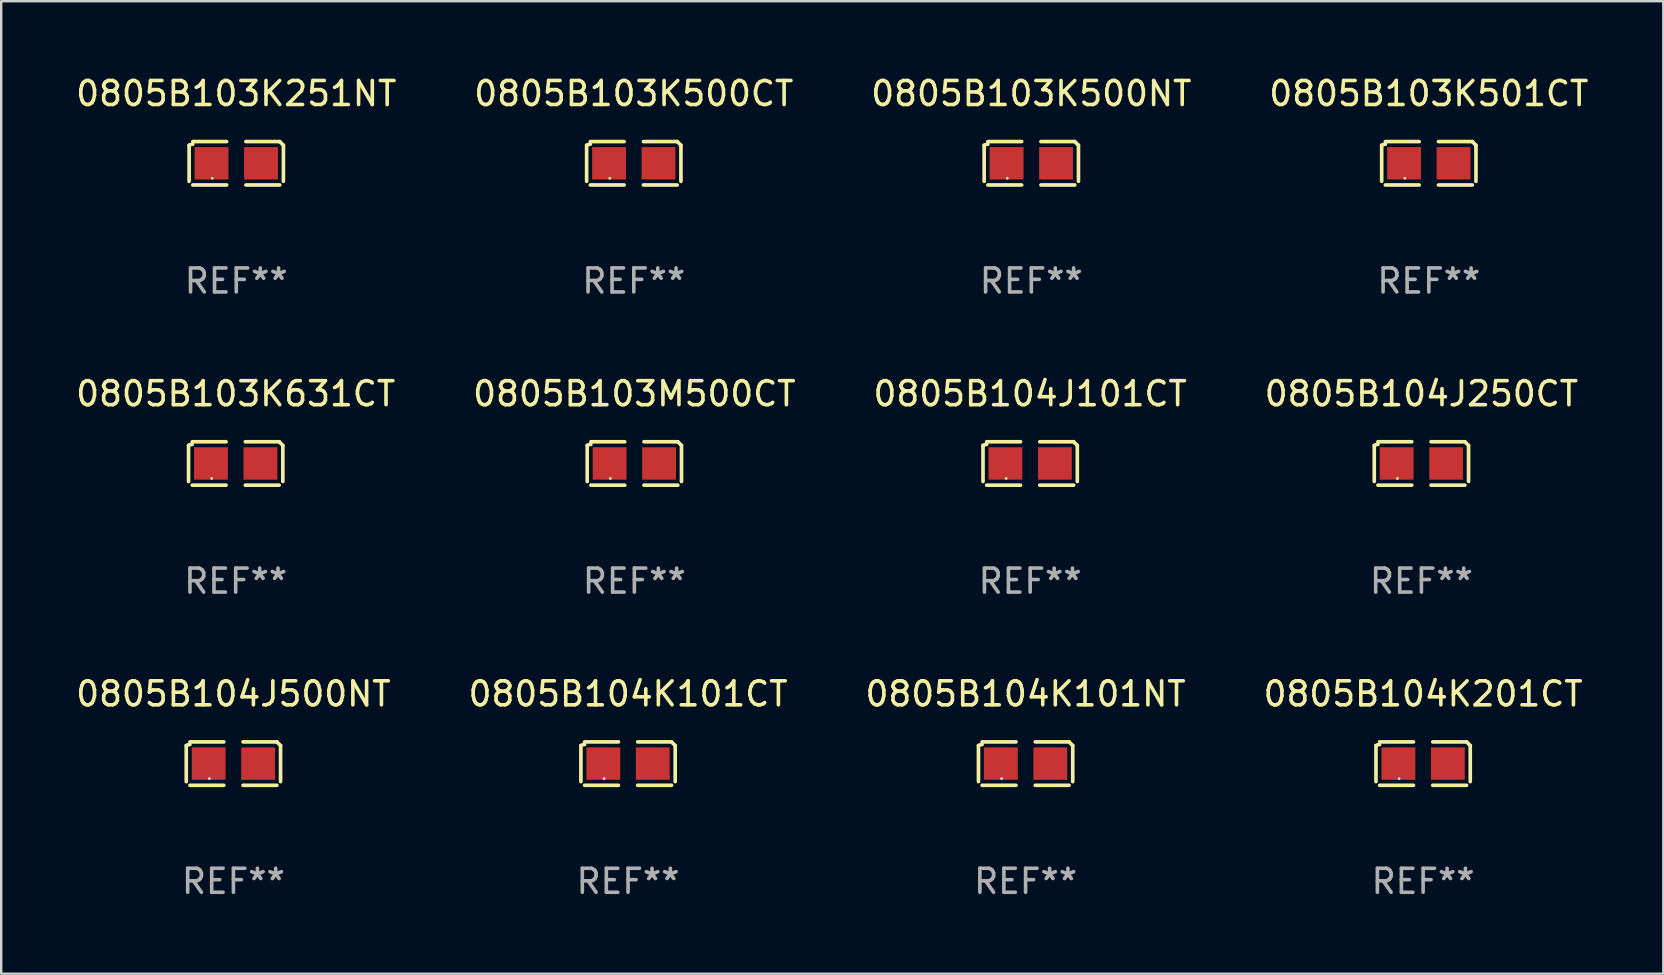
<source format=kicad_pcb>
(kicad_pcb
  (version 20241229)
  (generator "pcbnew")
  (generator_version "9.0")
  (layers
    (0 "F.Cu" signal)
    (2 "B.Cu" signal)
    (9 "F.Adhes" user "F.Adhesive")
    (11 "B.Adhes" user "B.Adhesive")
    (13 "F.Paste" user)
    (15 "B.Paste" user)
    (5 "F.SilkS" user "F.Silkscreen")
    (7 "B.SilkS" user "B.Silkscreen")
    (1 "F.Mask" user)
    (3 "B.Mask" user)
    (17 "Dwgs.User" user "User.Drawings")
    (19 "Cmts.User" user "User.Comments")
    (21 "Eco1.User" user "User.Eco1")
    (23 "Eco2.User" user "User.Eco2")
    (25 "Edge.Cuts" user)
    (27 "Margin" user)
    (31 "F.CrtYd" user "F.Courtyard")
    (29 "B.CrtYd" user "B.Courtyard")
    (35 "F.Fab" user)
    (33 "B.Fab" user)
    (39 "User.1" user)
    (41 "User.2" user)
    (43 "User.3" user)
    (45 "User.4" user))
  (footprint "0805B103K501CT"
    (layer "F.Cu")
    (at 56.47 3.752)
    (property "Reference" "0805B103K501CT" (at 0 -2.904 0) (layer "F.SilkS") (effects (font (size 1 1) (thickness 0.15))))
    (attr through_hole)
    (fp_line (start -1.964 0.751) (end -1.964 -0.751) (stroke (width 0.152) (type solid)) (layer "F.SilkS"))
    (fp_line (start -1.811 -0.904) (end -0.401 -0.904) (stroke (width 0.152) (type solid)) (layer "F.SilkS"))
    (fp_line (start -0.401 0.904) (end -1.811 0.904) (stroke (width 0.152) (type solid)) (layer "F.SilkS"))
    (fp_line (start 0.401 0.904) (end 1.811 0.904) (stroke (width 0.152) (type solid)) (layer "F.SilkS"))
    (fp_line (start 1.811 -0.904) (end 0.401 -0.904) (stroke (width 0.152) (type solid)) (layer "F.SilkS"))
    (fp_line (start 1.964 0.751) (end 1.964 -0.751) (stroke (width 0.152) (type solid)) (layer "F.SilkS"))
    (fp_arc (start -1.963602 -0.751207) (mid -1.890354 -0.783131) (end -1.811201 -0.794044) (stroke (width 0.1524) (type solid)) (layer "F.SilkS"))
    (fp_arc (start 1.811202 -0.903607) (mid 1.887413 -0.827418) (end 1.963602 -0.751207) (stroke (width 0.1524) (type solid)) (layer "F.SilkS"))
    (fp_circle (center -1 0.625) (end -0.97 0.625) (stroke (width 0.06) (type solid)) (fill no) (layer "F.SilkS"))
    (fp_text user "REF**" (at 0 4.904 0) (layer "F.Fab") (effects (font (size 1 1) (thickness 0.15))))
    (pad "1" smd rect (at -1.03 0) (size 1.41 1.35) (layers "F.Cu" "F.Mask" "F.Paste"))
    (pad "2" smd rect (at 1.03 0) (size 1.41 1.35) (layers "F.Cu" "F.Mask" "F.Paste")))
  (footprint "0805B103K251NT"
    (layer "F.Cu")
    (at 6.792 3.752)
    (property "Reference" "0805B103K251NT" (at 0 -2.904 0) (layer "F.SilkS") (effects (font (size 1 1) (thickness 0.15))))
    (attr through_hole)
    (fp_line (start -1.964 0.751) (end -1.964 -0.751) (stroke (width 0.152) (type solid)) (layer "F.SilkS"))
    (fp_line (start -1.811 -0.904) (end -0.401 -0.904) (stroke (width 0.152) (type solid)) (layer "F.SilkS"))
    (fp_line (start -0.401 0.904) (end -1.811 0.904) (stroke (width 0.152) (type solid)) (layer "F.SilkS"))
    (fp_line (start 0.401 0.904) (end 1.811 0.904) (stroke (width 0.152) (type solid)) (layer "F.SilkS"))
    (fp_line (start 1.811 -0.904) (end 0.401 -0.904) (stroke (width 0.152) (type solid)) (layer "F.SilkS"))
    (fp_line (start 1.964 0.751) (end 1.964 -0.751) (stroke (width 0.152) (type solid)) (layer "F.SilkS"))
    (fp_arc (start -1.963602 -0.751207) (mid -1.890354 -0.783131) (end -1.811201 -0.794044) (stroke (width 0.1524) (type solid)) (layer "F.SilkS"))
    (fp_arc (start 1.811202 -0.903607) (mid 1.887413 -0.827418) (end 1.963602 -0.751207) (stroke (width 0.1524) (type solid)) (layer "F.SilkS"))
    (fp_circle (center -1 0.625) (end -0.97 0.625) (stroke (width 0.06) (type solid)) (fill no) (layer "F.SilkS"))
    (fp_text user "REF**" (at 0 4.904 0) (layer "F.Fab") (effects (font (size 1 1) (thickness 0.15))))
    (pad "1" smd rect (at -1.03 0) (size 1.41 1.35) (layers "F.Cu" "F.Mask" "F.Paste"))
    (pad "2" smd rect (at 1.03 0) (size 1.41 1.35) (layers "F.Cu" "F.Mask" "F.Paste")))
  (footprint "0805B104J500NT"
    (layer "F.Cu")
    (at 6.673 28.759)
    (property "Reference" "0805B104J500NT" (at 0 -2.904 0) (layer "F.SilkS") (effects (font (size 1 1) (thickness 0.15))))
    (attr through_hole)
    (fp_line (start -1.964 0.751) (end -1.964 -0.751) (stroke (width 0.152) (type solid)) (layer "F.SilkS"))
    (fp_line (start -1.811 -0.904) (end -0.401 -0.904) (stroke (width 0.152) (type solid)) (layer "F.SilkS"))
    (fp_line (start -0.401 0.904) (end -1.811 0.904) (stroke (width 0.152) (type solid)) (layer "F.SilkS"))
    (fp_line (start 0.401 0.904) (end 1.811 0.904) (stroke (width 0.152) (type solid)) (layer "F.SilkS"))
    (fp_line (start 1.811 -0.904) (end 0.401 -0.904) (stroke (width 0.152) (type solid)) (layer "F.SilkS"))
    (fp_line (start 1.964 0.751) (end 1.964 -0.751) (stroke (width 0.152) (type solid)) (layer "F.SilkS"))
    (fp_arc (start -1.963602 -0.751207) (mid -1.890354 -0.783131) (end -1.811201 -0.794044) (stroke (width 0.1524) (type solid)) (layer "F.SilkS"))
    (fp_arc (start 1.811202 -0.903607) (mid 1.887413 -0.827418) (end 1.963602 -0.751207) (stroke (width 0.1524) (type solid)) (layer "F.SilkS"))
    (fp_circle (center -1 0.625) (end -0.97 0.625) (stroke (width 0.06) (type solid)) (fill no) (layer "F.SilkS"))
    (fp_text user "REF**" (at 0 4.904 0) (layer "F.Fab") (effects (font (size 1 1) (thickness 0.15))))
    (pad "1" smd rect (at -1.03 0) (size 1.41 1.35) (layers "F.Cu" "F.Mask" "F.Paste"))
    (pad "2" smd rect (at 1.03 0) (size 1.41 1.35) (layers "F.Cu" "F.Mask" "F.Paste")))
  (footprint "0805B104K101NT"
    (layer "F.Cu")
    (at 39.673 28.759)
    (property "Reference" "0805B104K101NT" (at 0 -2.904 0) (layer "F.SilkS") (effects (font (size 1 1) (thickness 0.15))))
    (attr through_hole)
    (fp_line (start -1.964 0.751) (end -1.964 -0.751) (stroke (width 0.152) (type solid)) (layer "F.SilkS"))
    (fp_line (start -1.811 -0.904) (end -0.401 -0.904) (stroke (width 0.152) (type solid)) (layer "F.SilkS"))
    (fp_line (start -0.401 0.904) (end -1.811 0.904) (stroke (width 0.152) (type solid)) (layer "F.SilkS"))
    (fp_line (start 0.401 0.904) (end 1.811 0.904) (stroke (width 0.152) (type solid)) (layer "F.SilkS"))
    (fp_line (start 1.811 -0.904) (end 0.401 -0.904) (stroke (width 0.152) (type solid)) (layer "F.SilkS"))
    (fp_line (start 1.964 0.751) (end 1.964 -0.751) (stroke (width 0.152) (type solid)) (layer "F.SilkS"))
    (fp_arc (start -1.963602 -0.751207) (mid -1.890354 -0.783131) (end -1.811201 -0.794044) (stroke (width 0.1524) (type solid)) (layer "F.SilkS"))
    (fp_arc (start 1.811202 -0.903607) (mid 1.887413 -0.827418) (end 1.963602 -0.751207) (stroke (width 0.1524) (type solid)) (layer "F.SilkS"))
    (fp_circle (center -1 0.625) (end -0.97 0.625) (stroke (width 0.06) (type solid)) (fill no) (layer "F.SilkS"))
    (fp_text user "REF**" (at 0 4.904 0) (layer "F.Fab") (effects (font (size 1 1) (thickness 0.15))))
    (pad "1" smd rect (at -1.03 0) (size 1.41 1.35) (layers "F.Cu" "F.Mask" "F.Paste"))
    (pad "2" smd rect (at 1.03 0) (size 1.41 1.35) (layers "F.Cu" "F.Mask" "F.Paste")))
  (footprint "0805B104J250CT"
    (layer "F.Cu")
    (at 56.161 16.256)
    (property "Reference" "0805B104J250CT" (at 0 -2.904 0) (layer "F.SilkS") (effects (font (size 1 1) (thickness 0.15))))
    (attr through_hole)
    (fp_line (start -1.964 0.751) (end -1.964 -0.751) (stroke (width 0.152) (type solid)) (layer "F.SilkS"))
    (fp_line (start -1.811 -0.904) (end -0.401 -0.904) (stroke (width 0.152) (type solid)) (layer "F.SilkS"))
    (fp_line (start -0.401 0.904) (end -1.811 0.904) (stroke (width 0.152) (type solid)) (layer "F.SilkS"))
    (fp_line (start 0.401 0.904) (end 1.811 0.904) (stroke (width 0.152) (type solid)) (layer "F.SilkS"))
    (fp_line (start 1.811 -0.904) (end 0.401 -0.904) (stroke (width 0.152) (type solid)) (layer "F.SilkS"))
    (fp_line (start 1.964 0.751) (end 1.964 -0.751) (stroke (width 0.152) (type solid)) (layer "F.SilkS"))
    (fp_arc (start -1.963602 -0.751207) (mid -1.890354 -0.783131) (end -1.811201 -0.794044) (stroke (width 0.1524) (type solid)) (layer "F.SilkS"))
    (fp_arc (start 1.811202 -0.903607) (mid 1.887413 -0.827418) (end 1.963602 -0.751207) (stroke (width 0.1524) (type solid)) (layer "F.SilkS"))
    (fp_circle (center -1 0.625) (end -0.97 0.625) (stroke (width 0.06) (type solid)) (fill no) (layer "F.SilkS"))
    (fp_text user "REF**" (at 0 4.904 0) (layer "F.Fab") (effects (font (size 1 1) (thickness 0.15))))
    (pad "1" smd rect (at -1.03 0) (size 1.41 1.35) (layers "F.Cu" "F.Mask" "F.Paste"))
    (pad "2" smd rect (at 1.03 0) (size 1.41 1.35) (layers "F.Cu" "F.Mask" "F.Paste")))
  (footprint "0805B104J101CT"
    (layer "F.Cu")
    (at 39.863 16.256)
    (property "Reference" "0805B104J101CT" (at 0 -2.904 0) (layer "F.SilkS") (effects (font (size 1 1) (thickness 0.15))))
    (attr through_hole)
    (fp_line (start -1.964 0.751) (end -1.964 -0.751) (stroke (width 0.152) (type solid)) (layer "F.SilkS"))
    (fp_line (start -1.811 -0.904) (end -0.401 -0.904) (stroke (width 0.152) (type solid)) (layer "F.SilkS"))
    (fp_line (start -0.401 0.904) (end -1.811 0.904) (stroke (width 0.152) (type solid)) (layer "F.SilkS"))
    (fp_line (start 0.401 0.904) (end 1.811 0.904) (stroke (width 0.152) (type solid)) (layer "F.SilkS"))
    (fp_line (start 1.811 -0.904) (end 0.401 -0.904) (stroke (width 0.152) (type solid)) (layer "F.SilkS"))
    (fp_line (start 1.964 0.751) (end 1.964 -0.751) (stroke (width 0.152) (type solid)) (layer "F.SilkS"))
    (fp_arc (start -1.963602 -0.751207) (mid -1.890354 -0.783131) (end -1.811201 -0.794044) (stroke (width 0.1524) (type solid)) (layer "F.SilkS"))
    (fp_arc (start 1.811202 -0.903607) (mid 1.887413 -0.827418) (end 1.963602 -0.751207) (stroke (width 0.1524) (type solid)) (layer "F.SilkS"))
    (fp_circle (center -1 0.625) (end -0.97 0.625) (stroke (width 0.06) (type solid)) (fill no) (layer "F.SilkS"))
    (fp_text user "REF**" (at 0 4.904 0) (layer "F.Fab") (effects (font (size 1 1) (thickness 0.15))))
    (pad "1" smd rect (at -1.03 0) (size 1.41 1.35) (layers "F.Cu" "F.Mask" "F.Paste"))
    (pad "2" smd rect (at 1.03 0) (size 1.41 1.35) (layers "F.Cu" "F.Mask" "F.Paste")))
  (footprint "0805B103M500CT"
    (layer "F.Cu")
    (at 23.375 16.256)
    (property "Reference" "0805B103M500CT" (at 0 -2.904 0) (layer "F.SilkS") (effects (font (size 1 1) (thickness 0.15))))
    (attr through_hole)
    (fp_line (start -1.964 0.751) (end -1.964 -0.751) (stroke (width 0.152) (type solid)) (layer "F.SilkS"))
    (fp_line (start -1.811 -0.904) (end -0.401 -0.904) (stroke (width 0.152) (type solid)) (layer "F.SilkS"))
    (fp_line (start -0.401 0.904) (end -1.811 0.904) (stroke (width 0.152) (type solid)) (layer "F.SilkS"))
    (fp_line (start 0.401 0.904) (end 1.811 0.904) (stroke (width 0.152) (type solid)) (layer "F.SilkS"))
    (fp_line (start 1.811 -0.904) (end 0.401 -0.904) (stroke (width 0.152) (type solid)) (layer "F.SilkS"))
    (fp_line (start 1.964 0.751) (end 1.964 -0.751) (stroke (width 0.152) (type solid)) (layer "F.SilkS"))
    (fp_arc (start -1.963602 -0.751207) (mid -1.890354 -0.783131) (end -1.811201 -0.794044) (stroke (width 0.1524) (type solid)) (layer "F.SilkS"))
    (fp_arc (start 1.811202 -0.903607) (mid 1.887413 -0.827418) (end 1.963602 -0.751207) (stroke (width 0.1524) (type solid)) (layer "F.SilkS"))
    (fp_circle (center -1 0.625) (end -0.97 0.625) (stroke (width 0.06) (type solid)) (fill no) (layer "F.SilkS"))
    (fp_text user "REF**" (at 0 4.904 0) (layer "F.Fab") (effects (font (size 1 1) (thickness 0.15))))
    (pad "1" smd rect (at -1.03 0) (size 1.41 1.35) (layers "F.Cu" "F.Mask" "F.Paste"))
    (pad "2" smd rect (at 1.03 0) (size 1.41 1.35) (layers "F.Cu" "F.Mask" "F.Paste")))
  (footprint "0805B103K500CT"
    (layer "F.Cu")
    (at 23.351 3.752)
    (property "Reference" "0805B103K500CT" (at 0 -2.904 0) (layer "F.SilkS") (effects (font (size 1 1) (thickness 0.15))))
    (attr through_hole)
    (fp_line (start -1.964 0.751) (end -1.964 -0.751) (stroke (width 0.152) (type solid)) (layer "F.SilkS"))
    (fp_line (start -1.811 -0.904) (end -0.401 -0.904) (stroke (width 0.152) (type solid)) (layer "F.SilkS"))
    (fp_line (start -0.401 0.904) (end -1.811 0.904) (stroke (width 0.152) (type solid)) (layer "F.SilkS"))
    (fp_line (start 0.401 0.904) (end 1.811 0.904) (stroke (width 0.152) (type solid)) (layer "F.SilkS"))
    (fp_line (start 1.811 -0.904) (end 0.401 -0.904) (stroke (width 0.152) (type solid)) (layer "F.SilkS"))
    (fp_line (start 1.964 0.751) (end 1.964 -0.751) (stroke (width 0.152) (type solid)) (layer "F.SilkS"))
    (fp_arc (start -1.963602 -0.751207) (mid -1.890354 -0.783131) (end -1.811201 -0.794044) (stroke (width 0.1524) (type solid)) (layer "F.SilkS"))
    (fp_arc (start 1.811202 -0.903607) (mid 1.887413 -0.827418) (end 1.963602 -0.751207) (stroke (width 0.1524) (type solid)) (layer "F.SilkS"))
    (fp_circle (center -1 0.625) (end -0.97 0.625) (stroke (width 0.06) (type solid)) (fill no) (layer "F.SilkS"))
    (fp_text user "REF**" (at 0 4.904 0) (layer "F.Fab") (effects (font (size 1 1) (thickness 0.15))))
    (pad "1" smd rect (at -1.03 0) (size 1.41 1.35) (layers "F.Cu" "F.Mask" "F.Paste"))
    (pad "2" smd rect (at 1.03 0) (size 1.41 1.35) (layers "F.Cu" "F.Mask" "F.Paste")))
  (footprint "0805B103K631CT"
    (layer "F.Cu")
    (at 6.768 16.256)
    (property "Reference" "0805B103K631CT" (at 0 -2.904 0) (layer "F.SilkS") (effects (font (size 1 1) (thickness 0.15))))
    (attr through_hole)
    (fp_line (start -1.964 0.751) (end -1.964 -0.751) (stroke (width 0.152) (type solid)) (layer "F.SilkS"))
    (fp_line (start -1.811 -0.904) (end -0.401 -0.904) (stroke (width 0.152) (type solid)) (layer "F.SilkS"))
    (fp_line (start -0.401 0.904) (end -1.811 0.904) (stroke (width 0.152) (type solid)) (layer "F.SilkS"))
    (fp_line (start 0.401 0.904) (end 1.811 0.904) (stroke (width 0.152) (type solid)) (layer "F.SilkS"))
    (fp_line (start 1.811 -0.904) (end 0.401 -0.904) (stroke (width 0.152) (type solid)) (layer "F.SilkS"))
    (fp_line (start 1.964 0.751) (end 1.964 -0.751) (stroke (width 0.152) (type solid)) (layer "F.SilkS"))
    (fp_arc (start -1.963602 -0.751207) (mid -1.890354 -0.783131) (end -1.811201 -0.794044) (stroke (width 0.1524) (type solid)) (layer "F.SilkS"))
    (fp_arc (start 1.811202 -0.903607) (mid 1.887413 -0.827418) (end 1.963602 -0.751207) (stroke (width 0.1524) (type solid)) (layer "F.SilkS"))
    (fp_circle (center -1 0.625) (end -0.97 0.625) (stroke (width 0.06) (type solid)) (fill no) (layer "F.SilkS"))
    (fp_text user "REF**" (at 0 4.904 0) (layer "F.Fab") (effects (font (size 1 1) (thickness 0.15))))
    (pad "1" smd rect (at -1.03 0) (size 1.41 1.35) (layers "F.Cu" "F.Mask" "F.Paste"))
    (pad "2" smd rect (at 1.03 0) (size 1.41 1.35) (layers "F.Cu" "F.Mask" "F.Paste")))
  (footprint "0805B104K101CT"
    (layer "F.Cu")
    (at 23.113 28.759)
    (property "Reference" "0805B104K101CT" (at 0 -2.904 0) (layer "F.SilkS") (effects (font (size 1 1) (thickness 0.15))))
    (attr through_hole)
    (fp_line (start -1.964 0.751) (end -1.964 -0.751) (stroke (width 0.152) (type solid)) (layer "F.SilkS"))
    (fp_line (start -1.811 -0.904) (end -0.401 -0.904) (stroke (width 0.152) (type solid)) (layer "F.SilkS"))
    (fp_line (start -0.401 0.904) (end -1.811 0.904) (stroke (width 0.152) (type solid)) (layer "F.SilkS"))
    (fp_line (start 0.401 0.904) (end 1.811 0.904) (stroke (width 0.152) (type solid)) (layer "F.SilkS"))
    (fp_line (start 1.811 -0.904) (end 0.401 -0.904) (stroke (width 0.152) (type solid)) (layer "F.SilkS"))
    (fp_line (start 1.964 0.751) (end 1.964 -0.751) (stroke (width 0.152) (type solid)) (layer "F.SilkS"))
    (fp_arc (start -1.963602 -0.751207) (mid -1.890354 -0.783131) (end -1.811201 -0.794044) (stroke (width 0.1524) (type solid)) (layer "F.SilkS"))
    (fp_arc (start 1.811202 -0.903607) (mid 1.887413 -0.827418) (end 1.963602 -0.751207) (stroke (width 0.1524) (type solid)) (layer "F.SilkS"))
    (fp_circle (center -1 0.625) (end -0.97 0.625) (stroke (width 0.06) (type solid)) (fill no) (layer "F.SilkS"))
    (fp_text user "REF**" (at 0 4.904 0) (layer "F.Fab") (effects (font (size 1 1) (thickness 0.15))))
    (pad "1" smd rect (at -1.03 0) (size 1.41 1.35) (layers "F.Cu" "F.Mask" "F.Paste"))
    (pad "2" smd rect (at 1.03 0) (size 1.41 1.35) (layers "F.Cu" "F.Mask" "F.Paste")))
  (footprint "0805B103K500NT"
    (layer "F.Cu")
    (at 39.911 3.752)
    (property "Reference" "0805B103K500NT" (at 0 -2.904 0) (layer "F.SilkS") (effects (font (size 1 1) (thickness 0.15))))
    (attr through_hole)
    (fp_line (start -1.964 0.751) (end -1.964 -0.751) (stroke (width 0.152) (type solid)) (layer "F.SilkS"))
    (fp_line (start -1.811 -0.904) (end -0.401 -0.904) (stroke (width 0.152) (type solid)) (layer "F.SilkS"))
    (fp_line (start -0.401 0.904) (end -1.811 0.904) (stroke (width 0.152) (type solid)) (layer "F.SilkS"))
    (fp_line (start 0.401 0.904) (end 1.811 0.904) (stroke (width 0.152) (type solid)) (layer "F.SilkS"))
    (fp_line (start 1.811 -0.904) (end 0.401 -0.904) (stroke (width 0.152) (type solid)) (layer "F.SilkS"))
    (fp_line (start 1.964 0.751) (end 1.964 -0.751) (stroke (width 0.152) (type solid)) (layer "F.SilkS"))
    (fp_arc (start -1.963602 -0.751207) (mid -1.890354 -0.783131) (end -1.811201 -0.794044) (stroke (width 0.1524) (type solid)) (layer "F.SilkS"))
    (fp_arc (start 1.811202 -0.903607) (mid 1.887413 -0.827418) (end 1.963602 -0.751207) (stroke (width 0.1524) (type solid)) (layer "F.SilkS"))
    (fp_circle (center -1 0.625) (end -0.97 0.625) (stroke (width 0.06) (type solid)) (fill no) (layer "F.SilkS"))
    (fp_text user "REF**" (at 0 4.904 0) (layer "F.Fab") (effects (font (size 1 1) (thickness 0.15))))
    (pad "1" smd rect (at -1.03 0) (size 1.41 1.35) (layers "F.Cu" "F.Mask" "F.Paste"))
    (pad "2" smd rect (at 1.03 0) (size 1.41 1.35) (layers "F.Cu" "F.Mask" "F.Paste")))
  (footprint "0805B104K201CT"
    (layer "F.Cu")
    (at 56.232 28.759)
    (property "Reference" "0805B104K201CT" (at 0 -2.904 0) (layer "F.SilkS") (effects (font (size 1 1) (thickness 0.15))))
    (attr through_hole)
    (fp_line (start -1.964 0.751) (end -1.964 -0.751) (stroke (width 0.152) (type solid)) (layer "F.SilkS"))
    (fp_line (start -1.811 -0.904) (end -0.401 -0.904) (stroke (width 0.152) (type solid)) (layer "F.SilkS"))
    (fp_line (start -0.401 0.904) (end -1.811 0.904) (stroke (width 0.152) (type solid)) (layer "F.SilkS"))
    (fp_line (start 0.401 0.904) (end 1.811 0.904) (stroke (width 0.152) (type solid)) (layer "F.SilkS"))
    (fp_line (start 1.811 -0.904) (end 0.401 -0.904) (stroke (width 0.152) (type solid)) (layer "F.SilkS"))
    (fp_line (start 1.964 0.751) (end 1.964 -0.751) (stroke (width 0.152) (type solid)) (layer "F.SilkS"))
    (fp_arc (start -1.963602 -0.751207) (mid -1.890354 -0.783131) (end -1.811201 -0.794044) (stroke (width 0.1524) (type solid)) (layer "F.SilkS"))
    (fp_arc (start 1.811202 -0.903607) (mid 1.887413 -0.827418) (end 1.963602 -0.751207) (stroke (width 0.1524) (type solid)) (layer "F.SilkS"))
    (fp_circle (center -1 0.625) (end -0.97 0.625) (stroke (width 0.06) (type solid)) (fill no) (layer "F.SilkS"))
    (fp_text user "REF**" (at 0 4.904 0) (layer "F.Fab") (effects (font (size 1 1) (thickness 0.15))))
    (pad "1" smd rect (at -1.03 0) (size 1.41 1.35) (layers "F.Cu" "F.Mask" "F.Paste"))
    (pad "2" smd rect (at 1.03 0) (size 1.41 1.35) (layers "F.Cu" "F.Mask" "F.Paste")))
  (gr_rect
    (start -3 -3)
    (end 66.238 37.511)
    (stroke (width 0.1) (type default))
    (fill no)
    (layer "Edge.Cuts")))
</source>
